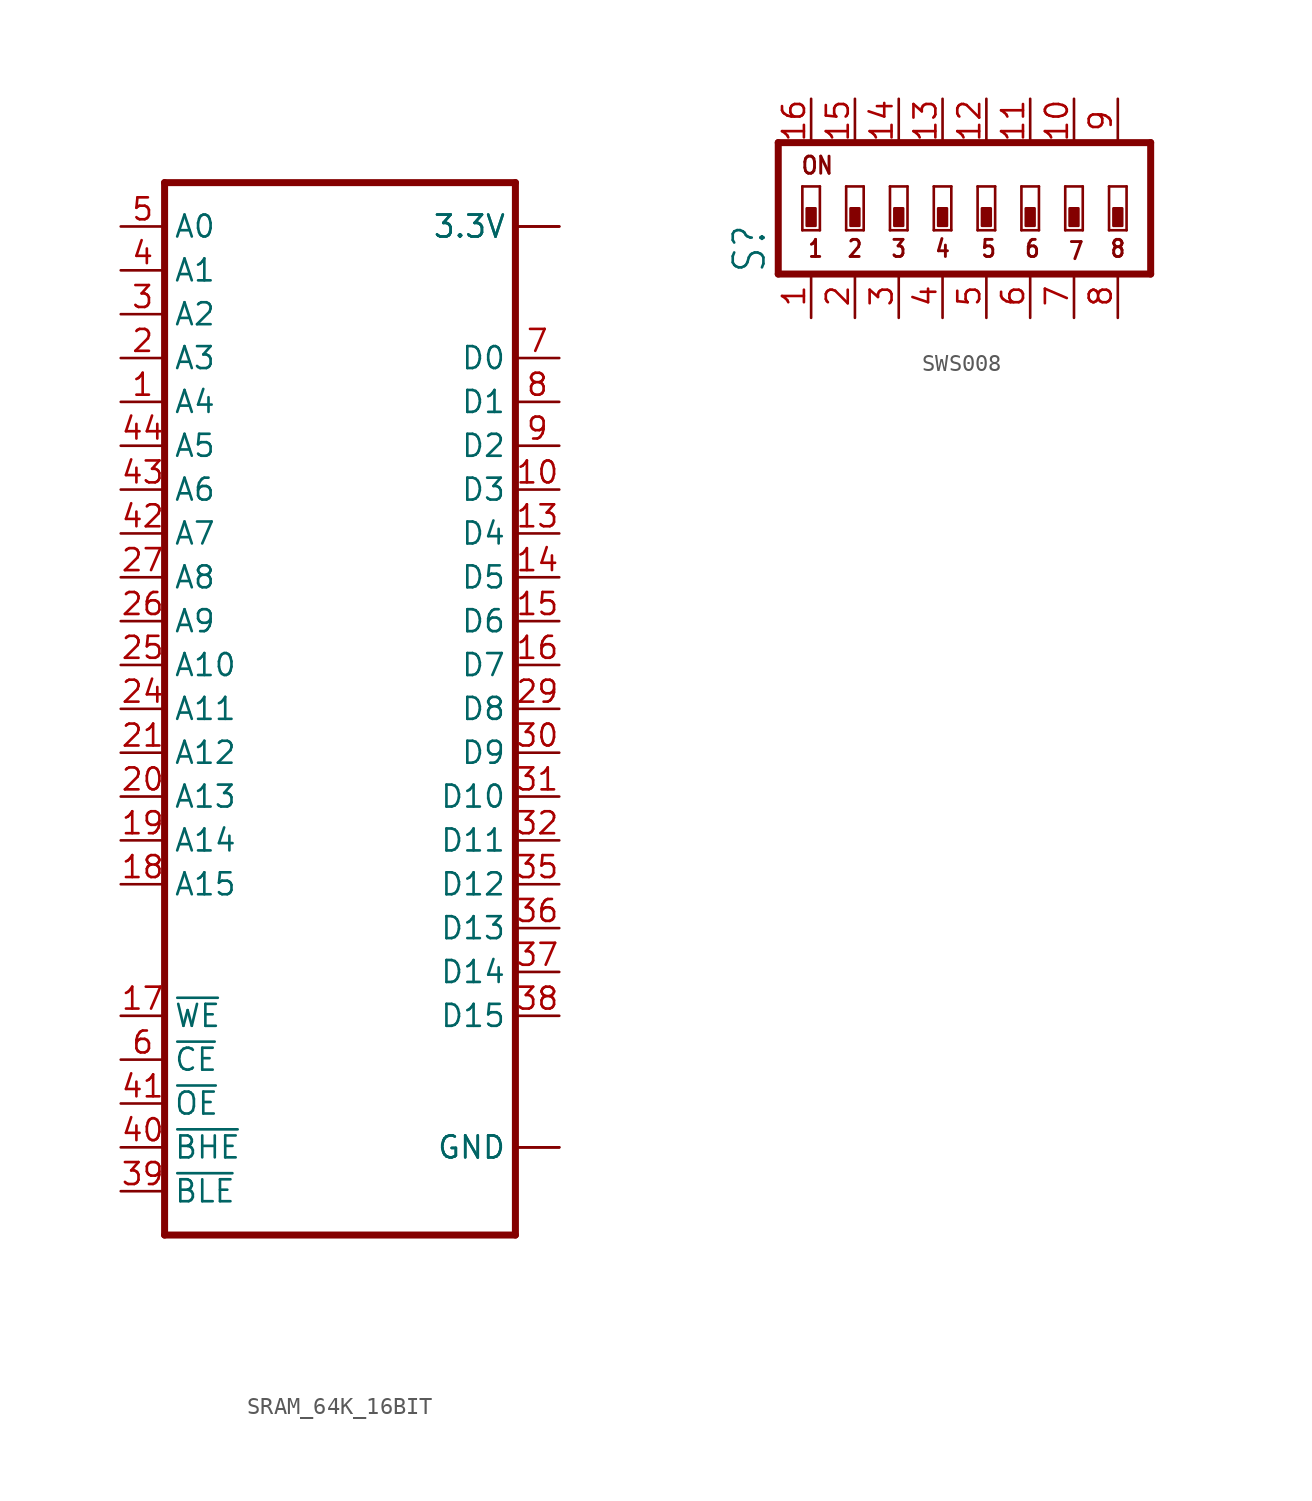
<source format=kicad_sym>
(kicad_symbol_lib
  (version 20231120)
  (generator "kicad_symbol_editor")
  (generator_version "8.0")
  (symbol "SRAM_64K_16BIT"
    (property "Reference" ""
      (at -10.16 29.845 0)
      (effects (font (size 1.778 1.511)) (justify left bottom) (hide yes)))
    (property "Value" ""
      (at -10.16 -35.56 0)
      (effects (font (size 1.778 1.511)) (justify left bottom)))
    (property "ki_locked" ""
      (at 0 0 0)
      (effects (font (size 1.27 1.27))))
    (symbol "SRAM_64K_16BIT_1_0"
      (polyline (pts (xy -10.16 -33.02) (xy 10.16 -33.02)) (stroke (width 0.406) (type solid)) (fill (type none)))
      (polyline (pts (xy -10.16 27.94) (xy -10.16 -33.02)) (stroke (width 0.406) (type solid)) (fill (type none)))
      (polyline (pts (xy 10.16 -33.02) (xy 10.16 27.94)) (stroke (width 0.406) (type solid)) (fill (type none)))
      (polyline (pts (xy 10.16 27.94) (xy -10.16 27.94)) (stroke (width 0.406) (type solid)) (fill (type none)))
      (pin input line (at -12.7 15.24 0) (length 2.54) (name "A4" (effects (font (size 1.27 1.27)))) (number "1" (effects (font (size 1.27 1.27)))))
      (pin tri_state line (at 12.7 10.16 180) (length 2.54) (name "D3" (effects (font (size 1.27 1.27)))) (number "10" (effects (font (size 1.27 1.27)))))
      (pin bidirectional line (at 12.7 25.4 180) (length 2.54) (name "3.3V" (effects (font (size 1.27 1.27)))) (number "11" (effects (font (size 0 0)))))
      (pin bidirectional line (at 12.7 -27.94 180) (length 2.54) (name "GND" (effects (font (size 1.27 1.27)))) (number "12" (effects (font (size 0 0)))))
      (pin tri_state line (at 12.7 7.62 180) (length 2.54) (name "D4" (effects (font (size 1.27 1.27)))) (number "13" (effects (font (size 1.27 1.27)))))
      (pin tri_state line (at 12.7 5.08 180) (length 2.54) (name "D5" (effects (font (size 1.27 1.27)))) (number "14" (effects (font (size 1.27 1.27)))))
      (pin tri_state line (at 12.7 2.54 180) (length 2.54) (name "D6" (effects (font (size 1.27 1.27)))) (number "15" (effects (font (size 1.27 1.27)))))
      (pin tri_state line (at 12.7 0 180) (length 2.54) (name "D7" (effects (font (size 1.27 1.27)))) (number "16" (effects (font (size 1.27 1.27)))))
      (pin input line (at -12.7 -20.32 0) (length 2.54) (name "~{WE}" (effects (font (size 1.27 1.27)))) (number "17" (effects (font (size 1.27 1.27)))))
      (pin input line (at -12.7 -12.7 0) (length 2.54) (name "A15" (effects (font (size 1.27 1.27)))) (number "18" (effects (font (size 1.27 1.27)))))
      (pin input line (at -12.7 -10.16 0) (length 2.54) (name "A14" (effects (font (size 1.27 1.27)))) (number "19" (effects (font (size 1.27 1.27)))))
      (pin input line (at -12.7 17.78 0) (length 2.54) (name "A3" (effects (font (size 1.27 1.27)))) (number "2" (effects (font (size 1.27 1.27)))))
      (pin input line (at -12.7 -7.62 0) (length 2.54) (name "A13" (effects (font (size 1.27 1.27)))) (number "20" (effects (font (size 1.27 1.27)))))
      (pin input line (at -12.7 -5.08 0) (length 2.54) (name "A12" (effects (font (size 1.27 1.27)))) (number "21" (effects (font (size 1.27 1.27)))))
      (pin input line (at -12.7 -2.54 0) (length 2.54) (name "A11" (effects (font (size 1.27 1.27)))) (number "24" (effects (font (size 1.27 1.27)))))
      (pin input line (at -12.7 0 0) (length 2.54) (name "A10" (effects (font (size 1.27 1.27)))) (number "25" (effects (font (size 1.27 1.27)))))
      (pin input line (at -12.7 2.54 0) (length 2.54) (name "A9" (effects (font (size 1.27 1.27)))) (number "26" (effects (font (size 1.27 1.27)))))
      (pin input line (at -12.7 5.08 0) (length 2.54) (name "A8" (effects (font (size 1.27 1.27)))) (number "27" (effects (font (size 1.27 1.27)))))
      (pin tri_state line (at 12.7 -2.54 180) (length 2.54) (name "D8" (effects (font (size 1.27 1.27)))) (number "29" (effects (font (size 1.27 1.27)))))
      (pin input line (at -12.7 20.32 0) (length 2.54) (name "A2" (effects (font (size 1.27 1.27)))) (number "3" (effects (font (size 1.27 1.27)))))
      (pin tri_state line (at 12.7 -5.08 180) (length 2.54) (name "D9" (effects (font (size 1.27 1.27)))) (number "30" (effects (font (size 1.27 1.27)))))
      (pin tri_state line (at 12.7 -7.62 180) (length 2.54) (name "D10" (effects (font (size 1.27 1.27)))) (number "31" (effects (font (size 1.27 1.27)))))
      (pin tri_state line (at 12.7 -10.16 180) (length 2.54) (name "D11" (effects (font (size 1.27 1.27)))) (number "32" (effects (font (size 1.27 1.27)))))
      (pin bidirectional line (at 12.7 25.4 180) (length 2.54) (name "3.3V" (effects (font (size 1.27 1.27)))) (number "33" (effects (font (size 0 0)))))
      (pin bidirectional line (at 12.7 -27.94 180) (length 2.54) (name "GND" (effects (font (size 1.27 1.27)))) (number "34" (effects (font (size 0 0)))))
      (pin tri_state line (at 12.7 -12.7 180) (length 2.54) (name "D12" (effects (font (size 1.27 1.27)))) (number "35" (effects (font (size 1.27 1.27)))))
      (pin tri_state line (at 12.7 -15.24 180) (length 2.54) (name "D13" (effects (font (size 1.27 1.27)))) (number "36" (effects (font (size 1.27 1.27)))))
      (pin tri_state line (at 12.7 -17.78 180) (length 2.54) (name "D14" (effects (font (size 1.27 1.27)))) (number "37" (effects (font (size 1.27 1.27)))))
      (pin tri_state line (at 12.7 -20.32 180) (length 2.54) (name "D15" (effects (font (size 1.27 1.27)))) (number "38" (effects (font (size 1.27 1.27)))))
      (pin input line (at -12.7 -30.48 0) (length 2.54) (name "~{BLE}" (effects (font (size 1.27 1.27)))) (number "39" (effects (font (size 1.27 1.27)))))
      (pin input line (at -12.7 22.86 0) (length 2.54) (name "A1" (effects (font (size 1.27 1.27)))) (number "4" (effects (font (size 1.27 1.27)))))
      (pin input line (at -12.7 -27.94 0) (length 2.54) (name "~{BHE}" (effects (font (size 1.27 1.27)))) (number "40" (effects (font (size 1.27 1.27)))))
      (pin input line (at -12.7 -25.4 0) (length 2.54) (name "~{OE}" (effects (font (size 1.27 1.27)))) (number "41" (effects (font (size 1.27 1.27)))))
      (pin input line (at -12.7 7.62 0) (length 2.54) (name "A7" (effects (font (size 1.27 1.27)))) (number "42" (effects (font (size 1.27 1.27)))))
      (pin input line (at -12.7 10.16 0) (length 2.54) (name "A6" (effects (font (size 1.27 1.27)))) (number "43" (effects (font (size 1.27 1.27)))))
      (pin input line (at -12.7 12.7 0) (length 2.54) (name "A5" (effects (font (size 1.27 1.27)))) (number "44" (effects (font (size 1.27 1.27)))))
      (pin input line (at -12.7 25.4 0) (length 2.54) (name "A0" (effects (font (size 1.27 1.27)))) (number "5" (effects (font (size 1.27 1.27)))))
      (pin input line (at -12.7 -22.86 0) (length 2.54) (name "~{CE}" (effects (font (size 1.27 1.27)))) (number "6" (effects (font (size 1.27 1.27)))))
      (pin tri_state line (at 12.7 17.78 180) (length 2.54) (name "D0" (effects (font (size 1.27 1.27)))) (number "7" (effects (font (size 1.27 1.27)))))
      (pin tri_state line (at 12.7 15.24 180) (length 2.54) (name "D1" (effects (font (size 1.27 1.27)))) (number "8" (effects (font (size 1.27 1.27)))))
      (pin tri_state line (at 12.7 12.7 180) (length 2.54) (name "D2" (effects (font (size 1.27 1.27)))) (number "9" (effects (font (size 1.27 1.27)))))))
  (symbol "SWS008"
    (property "Reference" "S"
      (at -10.16 -2.54 90)
      (effects (font (size 1.778 1.511)) (justify left bottom)))
    (property "Value" ""
      (at 14.605 -2.54 90)
      (effects (font (size 1.778 1.511)) (justify left bottom)))
    (property "ki_locked" ""
      (at 0 0 0)
      (effects (font (size 1.27 1.27))))
    (symbol "SWS008_1_0"
      (rectangle (start -7.874 0.254) (end -7.366 1.27) (stroke (width 0) (type default)) (fill (type outline)))
      (rectangle (start -5.334 0.254) (end -4.826 1.27) (stroke (width 0) (type default)) (fill (type outline)))
      (rectangle (start -2.794 0.254) (end -2.286 1.27) (stroke (width 0) (type default)) (fill (type outline)))
      (rectangle (start -0.254 0.254) (end 0.254 1.27) (stroke (width 0) (type default)) (fill (type outline)))
      (polyline (pts (xy -9.525 -2.54) (xy 12.065 -2.54)) (stroke (width 0.406) (type solid)) (fill (type none)))
      (polyline (pts (xy -9.525 5.08) (xy -9.525 -2.54)) (stroke (width 0.406) (type solid)) (fill (type none)))
      (polyline (pts (xy -8.128 0) (xy -8.128 2.54)) (stroke (width 0.152) (type solid)) (fill (type none)))
      (polyline (pts (xy -8.128 2.54) (xy -7.112 2.54)) (stroke (width 0.152) (type solid)) (fill (type none)))
      (polyline (pts (xy -7.112 0) (xy -8.128 0)) (stroke (width 0.152) (type solid)) (fill (type none)))
      (polyline (pts (xy -7.112 2.54) (xy -7.112 0)) (stroke (width 0.152) (type solid)) (fill (type none)))
      (polyline (pts (xy -5.588 0) (xy -5.588 2.54)) (stroke (width 0.152) (type solid)) (fill (type none)))
      (polyline (pts (xy -5.588 2.54) (xy -4.572 2.54)) (stroke (width 0.152) (type solid)) (fill (type none)))
      (polyline (pts (xy -4.572 0) (xy -5.588 0)) (stroke (width 0.152) (type solid)) (fill (type none)))
      (polyline (pts (xy -4.572 2.54) (xy -4.572 0)) (stroke (width 0.152) (type solid)) (fill (type none)))
      (polyline (pts (xy -3.048 0) (xy -3.048 2.54)) (stroke (width 0.152) (type solid)) (fill (type none)))
      (polyline (pts (xy -3.048 2.54) (xy -2.032 2.54)) (stroke (width 0.152) (type solid)) (fill (type none)))
      (polyline (pts (xy -2.032 0) (xy -3.048 0)) (stroke (width 0.152) (type solid)) (fill (type none)))
      (polyline (pts (xy -2.032 2.54) (xy -2.032 0)) (stroke (width 0.152) (type solid)) (fill (type none)))
      (polyline (pts (xy -0.508 0) (xy -0.508 2.54)) (stroke (width 0.152) (type solid)) (fill (type none)))
      (polyline (pts (xy -0.508 2.54) (xy 0.508 2.54)) (stroke (width 0.152) (type solid)) (fill (type none)))
      (polyline (pts (xy 0.508 0) (xy -0.508 0)) (stroke (width 0.152) (type solid)) (fill (type none)))
      (polyline (pts (xy 0.508 2.54) (xy 0.508 0)) (stroke (width 0.152) (type solid)) (fill (type none)))
      (polyline (pts (xy 2.032 0) (xy 2.032 2.54)) (stroke (width 0.152) (type solid)) (fill (type none)))
      (polyline (pts (xy 2.032 2.54) (xy 3.048 2.54)) (stroke (width 0.152) (type solid)) (fill (type none)))
      (polyline (pts (xy 3.048 0) (xy 2.032 0)) (stroke (width 0.152) (type solid)) (fill (type none)))
      (polyline (pts (xy 3.048 2.54) (xy 3.048 0)) (stroke (width 0.152) (type solid)) (fill (type none)))
      (polyline (pts (xy 4.572 0) (xy 4.572 2.54)) (stroke (width 0.152) (type solid)) (fill (type none)))
      (polyline (pts (xy 4.572 2.54) (xy 5.588 2.54)) (stroke (width 0.152) (type solid)) (fill (type none)))
      (polyline (pts (xy 5.588 0) (xy 4.572 0)) (stroke (width 0.152) (type solid)) (fill (type none)))
      (polyline (pts (xy 5.588 2.54) (xy 5.588 0)) (stroke (width 0.152) (type solid)) (fill (type none)))
      (polyline (pts (xy 7.112 0) (xy 7.112 2.54)) (stroke (width 0.152) (type solid)) (fill (type none)))
      (polyline (pts (xy 7.112 2.54) (xy 8.128 2.54)) (stroke (width 0.152) (type solid)) (fill (type none)))
      (polyline (pts (xy 8.128 0) (xy 7.112 0)) (stroke (width 0.152) (type solid)) (fill (type none)))
      (polyline (pts (xy 8.128 2.54) (xy 8.128 0)) (stroke (width 0.152) (type solid)) (fill (type none)))
      (polyline (pts (xy 9.652 0) (xy 9.652 2.54)) (stroke (width 0.152) (type solid)) (fill (type none)))
      (polyline (pts (xy 9.652 2.54) (xy 10.668 2.54)) (stroke (width 0.152) (type solid)) (fill (type none)))
      (polyline (pts (xy 10.668 0) (xy 9.652 0)) (stroke (width 0.152) (type solid)) (fill (type none)))
      (polyline (pts (xy 10.668 2.54) (xy 10.668 0)) (stroke (width 0.152) (type solid)) (fill (type none)))
      (polyline (pts (xy 12.065 -2.54) (xy 12.065 5.08)) (stroke (width 0.406) (type solid)) (fill (type none)))
      (polyline (pts (xy 12.065 5.08) (xy -9.525 5.08)) (stroke (width 0.406) (type solid)) (fill (type none)))
      (rectangle (start 2.286 0.254) (end 2.794 1.27) (stroke (width 0) (type default)) (fill (type outline)))
      (rectangle (start 4.826 0.254) (end 5.334 1.27) (stroke (width 0) (type default)) (fill (type outline)))
      (rectangle (start 7.366 0.254) (end 7.874 1.27) (stroke (width 0) (type default)) (fill (type outline)))
      (rectangle (start 9.906 0.254) (end 10.414 1.27) (stroke (width 0) (type default)) (fill (type outline)))
      (text "1" (at -7.874 -1.651 0) (effects (font (size 0.991 0.842) (thickness 0.168) (bold yes)) (justify left bottom)))
      (text "2" (at -5.588 -1.651 0) (effects (font (size 0.991 0.842) (thickness 0.168) (bold yes)) (justify left bottom)))
      (text "3" (at -3.048 -1.651 0) (effects (font (size 0.991 0.842) (thickness 0.168) (bold yes)) (justify left bottom)))
      (text "4" (at -0.508 -1.651 0) (effects (font (size 0.991 0.842) (thickness 0.168) (bold yes)) (justify left bottom)))
      (text "5" (at 2.159 -1.651 0) (effects (font (size 0.991 0.842) (thickness 0.168) (bold yes)) (justify left bottom)))
      (text "6" (at 4.699 -1.651 0) (effects (font (size 0.991 0.842) (thickness 0.168) (bold yes)) (justify left bottom)))
      (text "7" (at 7.239 -1.778 0) (effects (font (size 0.991 0.842) (thickness 0.168) (bold yes)) (justify left bottom)))
      (text "8" (at 9.652 -1.651 0) (effects (font (size 0.991 0.842) (thickness 0.168) (bold yes)) (justify left bottom)))
      (text "ON" (at -8.255 3.175 0) (effects (font (size 0.991 0.842) (thickness 0.168) (bold yes)) (justify left bottom)))
      (pin passive line (at -7.62 -5.08 90) (length 2.54) (name "1" (effects (font (size 0 0)))) (number "1" (effects (font (size 1.27 1.27)))))
      (pin passive line (at 7.62 7.62 270) (length 2.54) (name "10" (effects (font (size 0 0)))) (number "10" (effects (font (size 1.27 1.27)))))
      (pin passive line (at 5.08 7.62 270) (length 2.54) (name "11" (effects (font (size 0 0)))) (number "11" (effects (font (size 1.27 1.27)))))
      (pin passive line (at 2.54 7.62 270) (length 2.54) (name "12" (effects (font (size 0 0)))) (number "12" (effects (font (size 1.27 1.27)))))
      (pin passive line (at 0 7.62 270) (length 2.54) (name "13" (effects (font (size 0 0)))) (number "13" (effects (font (size 1.27 1.27)))))
      (pin passive line (at -2.54 7.62 270) (length 2.54) (name "14" (effects (font (size 0 0)))) (number "14" (effects (font (size 1.27 1.27)))))
      (pin passive line (at -5.08 7.62 270) (length 2.54) (name "15" (effects (font (size 0 0)))) (number "15" (effects (font (size 1.27 1.27)))))
      (pin passive line (at -7.62 7.62 270) (length 2.54) (name "16" (effects (font (size 0 0)))) (number "16" (effects (font (size 1.27 1.27)))))
      (pin passive line (at -5.08 -5.08 90) (length 2.54) (name "2" (effects (font (size 0 0)))) (number "2" (effects (font (size 1.27 1.27)))))
      (pin passive line (at -2.54 -5.08 90) (length 2.54) (name "3" (effects (font (size 0 0)))) (number "3" (effects (font (size 1.27 1.27)))))
      (pin passive line (at 0 -5.08 90) (length 2.54) (name "4" (effects (font (size 0 0)))) (number "4" (effects (font (size 1.27 1.27)))))
      (pin passive line (at 2.54 -5.08 90) (length 2.54) (name "5" (effects (font (size 0 0)))) (number "5" (effects (font (size 1.27 1.27)))))
      (pin passive line (at 5.08 -5.08 90) (length 2.54) (name "6" (effects (font (size 0 0)))) (number "6" (effects (font (size 1.27 1.27)))))
      (pin passive line (at 7.62 -5.08 90) (length 2.54) (name "7" (effects (font (size 0 0)))) (number "7" (effects (font (size 1.27 1.27)))))
      (pin passive line (at 10.16 -5.08 90) (length 2.54) (name "8" (effects (font (size 0 0)))) (number "8" (effects (font (size 1.27 1.27)))))
      (pin passive line (at 10.16 7.62 270) (length 2.54) (name "9" (effects (font (size 0 0)))) (number "9" (effects (font (size 1.27 1.27))))))))
</source>
